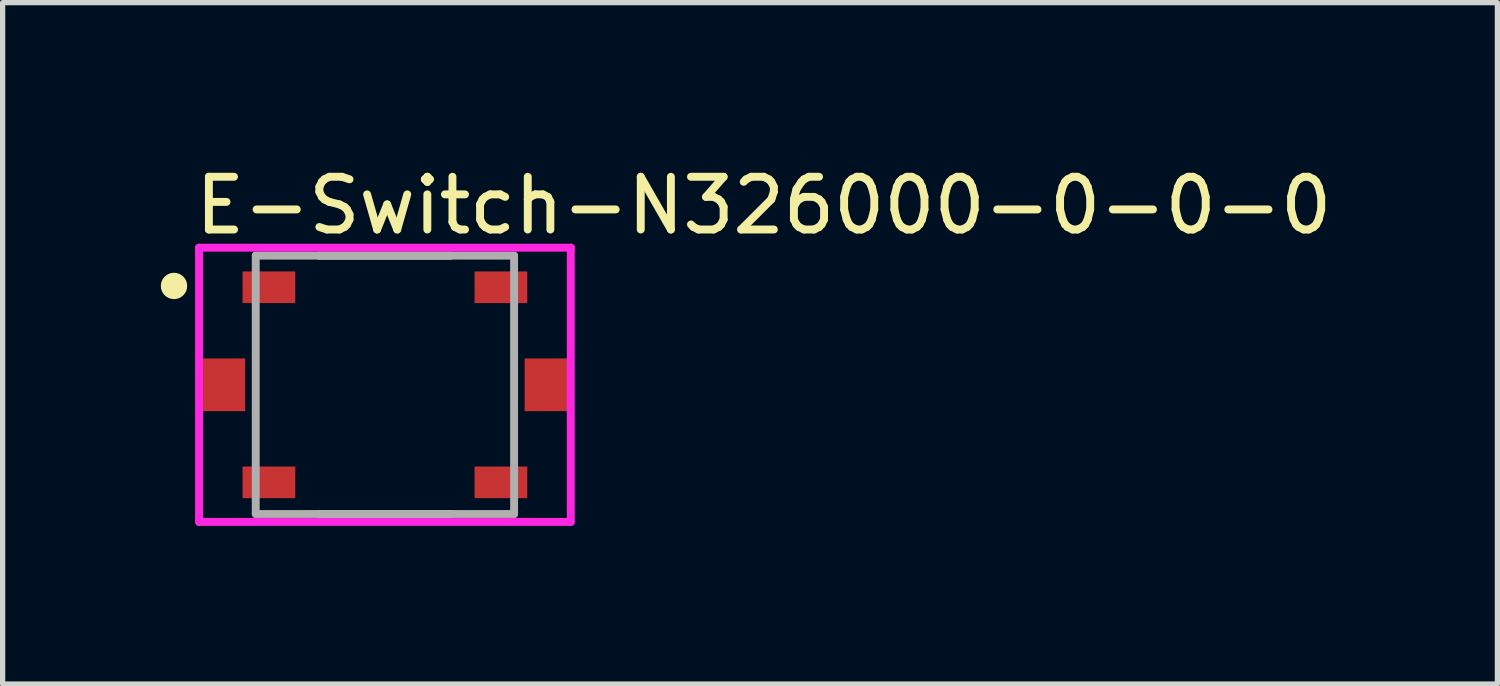
<source format=kicad_pcb>
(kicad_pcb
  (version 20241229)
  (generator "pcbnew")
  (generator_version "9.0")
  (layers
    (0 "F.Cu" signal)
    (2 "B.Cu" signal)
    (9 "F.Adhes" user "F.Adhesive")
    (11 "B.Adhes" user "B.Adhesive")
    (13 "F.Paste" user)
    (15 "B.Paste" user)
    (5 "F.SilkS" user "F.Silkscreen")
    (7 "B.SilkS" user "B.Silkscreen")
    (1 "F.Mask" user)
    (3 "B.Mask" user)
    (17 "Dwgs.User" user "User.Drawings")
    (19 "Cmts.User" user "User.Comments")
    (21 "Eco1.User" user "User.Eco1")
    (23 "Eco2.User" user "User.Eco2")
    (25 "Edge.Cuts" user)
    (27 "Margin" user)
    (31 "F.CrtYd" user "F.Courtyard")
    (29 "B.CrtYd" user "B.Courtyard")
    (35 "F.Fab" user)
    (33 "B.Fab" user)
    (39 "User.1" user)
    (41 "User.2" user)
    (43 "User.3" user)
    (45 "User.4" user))
  (footprint "E-Switch-N326000-0-0-0"
    (layer "F.Cu")
    (at 4.25 4.248)
    (property "Reference" "E-Switch-N326000-0-0-0" (at -3.675 -3.4 0) (layer "F.SilkS") (effects (font (size 1 1) (thickness 0.15)) (justify left)))
    (attr through_hole)
    (fp_line (start 1.25 -2.45) (end -1.25 -2.45) (stroke (width 0.15) (type solid)) (layer "F.SilkS"))
    (fp_line (start 1.25 2.45) (end -1.25 2.45) (stroke (width 0.15) (type solid)) (layer "F.SilkS"))
    (fp_circle (center -4 -1.875) (end -3.875 -1.875) (stroke (width 0.25) (type solid)) (fill no) (layer "F.SilkS"))
    (fp_line (start -3.525 -2.6) (end -3.525 2.6) (stroke (width 0.15) (type solid)) (layer "F.CrtYd"))
    (fp_line (start -3.525 2.6) (end 3.525 2.6) (stroke (width 0.15) (type solid)) (layer "F.CrtYd"))
    (fp_line (start 3.525 -2.6) (end -3.525 -2.6) (stroke (width 0.15) (type solid)) (layer "F.CrtYd"))
    (fp_line (start 3.525 -2.6) (end 3.525 -2.6) (stroke (width 0.15) (type solid)) (layer "F.CrtYd"))
    (fp_line (start 3.525 2.6) (end 3.525 -2.6) (stroke (width 0.15) (type solid)) (layer "F.CrtYd"))
    (fp_line (start -2.45 -2.45) (end 2.45 -2.45) (stroke (width 0.15) (type solid)) (layer "F.Fab"))
    (fp_line (start -2.45 2.45) (end -2.45 -2.45) (stroke (width 0.15) (type solid)) (layer "F.Fab"))
    (fp_line (start 2.45 -2.45) (end 2.45 2.45) (stroke (width 0.15) (type solid)) (layer "F.Fab"))
    (fp_line (start 2.45 2.45) (end -2.45 2.45) (stroke (width 0.15) (type solid)) (layer "F.Fab"))
    (pad "1" smd rect (at -2.2 -1.85) (size 1 0.6) (layers "F.Cu" "F.Mask" "F.Paste"))
    (pad "2" smd rect (at 2.2 -1.85) (size 1 0.6) (layers "F.Cu" "F.Mask" "F.Paste"))
    (pad "3" smd rect (at -2.2 1.85) (size 1 0.6) (layers "F.Cu" "F.Mask" "F.Paste"))
    (pad "4" smd rect (at 2.2 1.85) (size 1 0.6) (layers "F.Cu" "F.Mask" "F.Paste"))
    (pad "5" smd rect (at -3.075 0) (size 0.85 1) (layers "F.Cu" "F.Mask" "F.Paste"))
    (pad "6" smd rect (at 3.075 0) (size 0.85 1) (layers "F.Cu" "F.Mask" "F.Paste")))
  (gr_rect
    (start -3 -3)
    (end 25.349 9.923)
    (stroke (width 0.1) (type default))
    (fill no)
    (layer "Edge.Cuts")))
</source>
